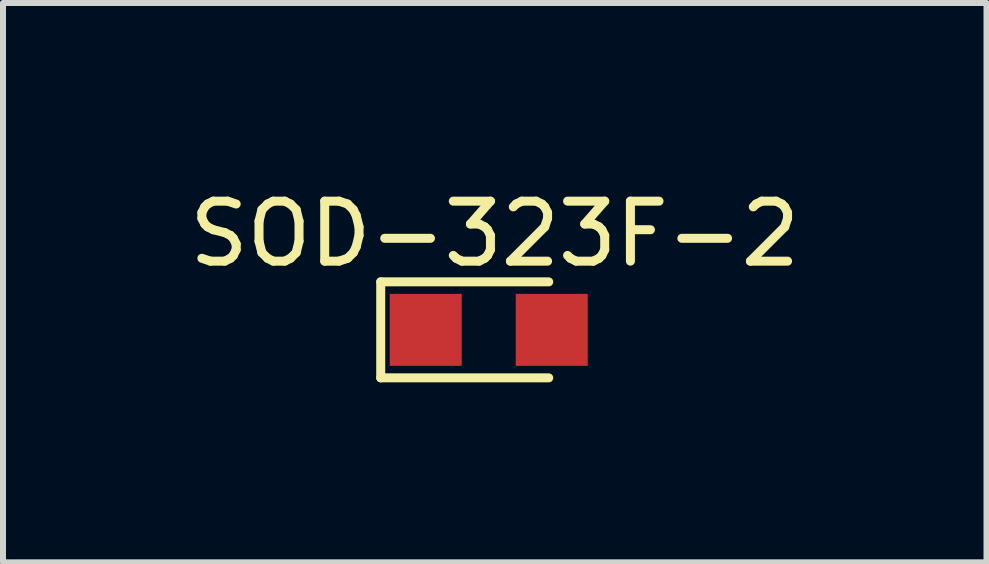
<source format=kicad_pcb>
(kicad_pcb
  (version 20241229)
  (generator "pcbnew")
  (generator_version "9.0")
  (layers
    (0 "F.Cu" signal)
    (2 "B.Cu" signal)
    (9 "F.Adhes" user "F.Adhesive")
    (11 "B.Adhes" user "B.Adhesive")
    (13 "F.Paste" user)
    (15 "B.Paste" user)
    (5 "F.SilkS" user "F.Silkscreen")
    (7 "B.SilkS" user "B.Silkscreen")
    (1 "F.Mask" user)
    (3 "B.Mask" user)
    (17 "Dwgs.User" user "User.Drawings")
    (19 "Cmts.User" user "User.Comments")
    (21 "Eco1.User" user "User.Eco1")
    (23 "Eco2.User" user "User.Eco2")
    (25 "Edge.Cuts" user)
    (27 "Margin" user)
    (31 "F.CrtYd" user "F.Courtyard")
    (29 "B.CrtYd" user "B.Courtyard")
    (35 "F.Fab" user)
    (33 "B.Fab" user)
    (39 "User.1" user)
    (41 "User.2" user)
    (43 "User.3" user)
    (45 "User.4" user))
  (footprint "SOD-323F-2"
    (layer "F.Cu")
    (at 5.096 2.448)
    (property "Reference" "SOD-323F-2" (at 0.1 -1.6 0) (layer "F.SilkS") (effects (font (size 1 1) (thickness 0.15))))
    (attr through_hole)
    (fp_line (start -1.8 -0.8) (end -1.8 0.8) (stroke (width 0.15) (type solid)) (layer "F.SilkS"))
    (fp_line (start -1.8 0.8) (end 1 0.8) (stroke (width 0.15) (type solid)) (layer "F.SilkS"))
    (fp_line (start 1 -0.8) (end -1.8 -0.8) (stroke (width 0.15) (type solid)) (layer "F.SilkS"))
    (pad "1" smd rect (at -1.05 0) (size 1.2 1.2) (layers "F.Cu" "F.Mask" "F.Paste"))
    (pad "2" smd rect (at 1.05 0) (size 1.2 1.2) (layers "F.Cu" "F.Mask" "F.Paste")))
  (gr_rect
    (start -3 -3)
    (end 13.393 6.323)
    (stroke (width 0.1) (type default))
    (fill no)
    (layer "Edge.Cuts")))
</source>
